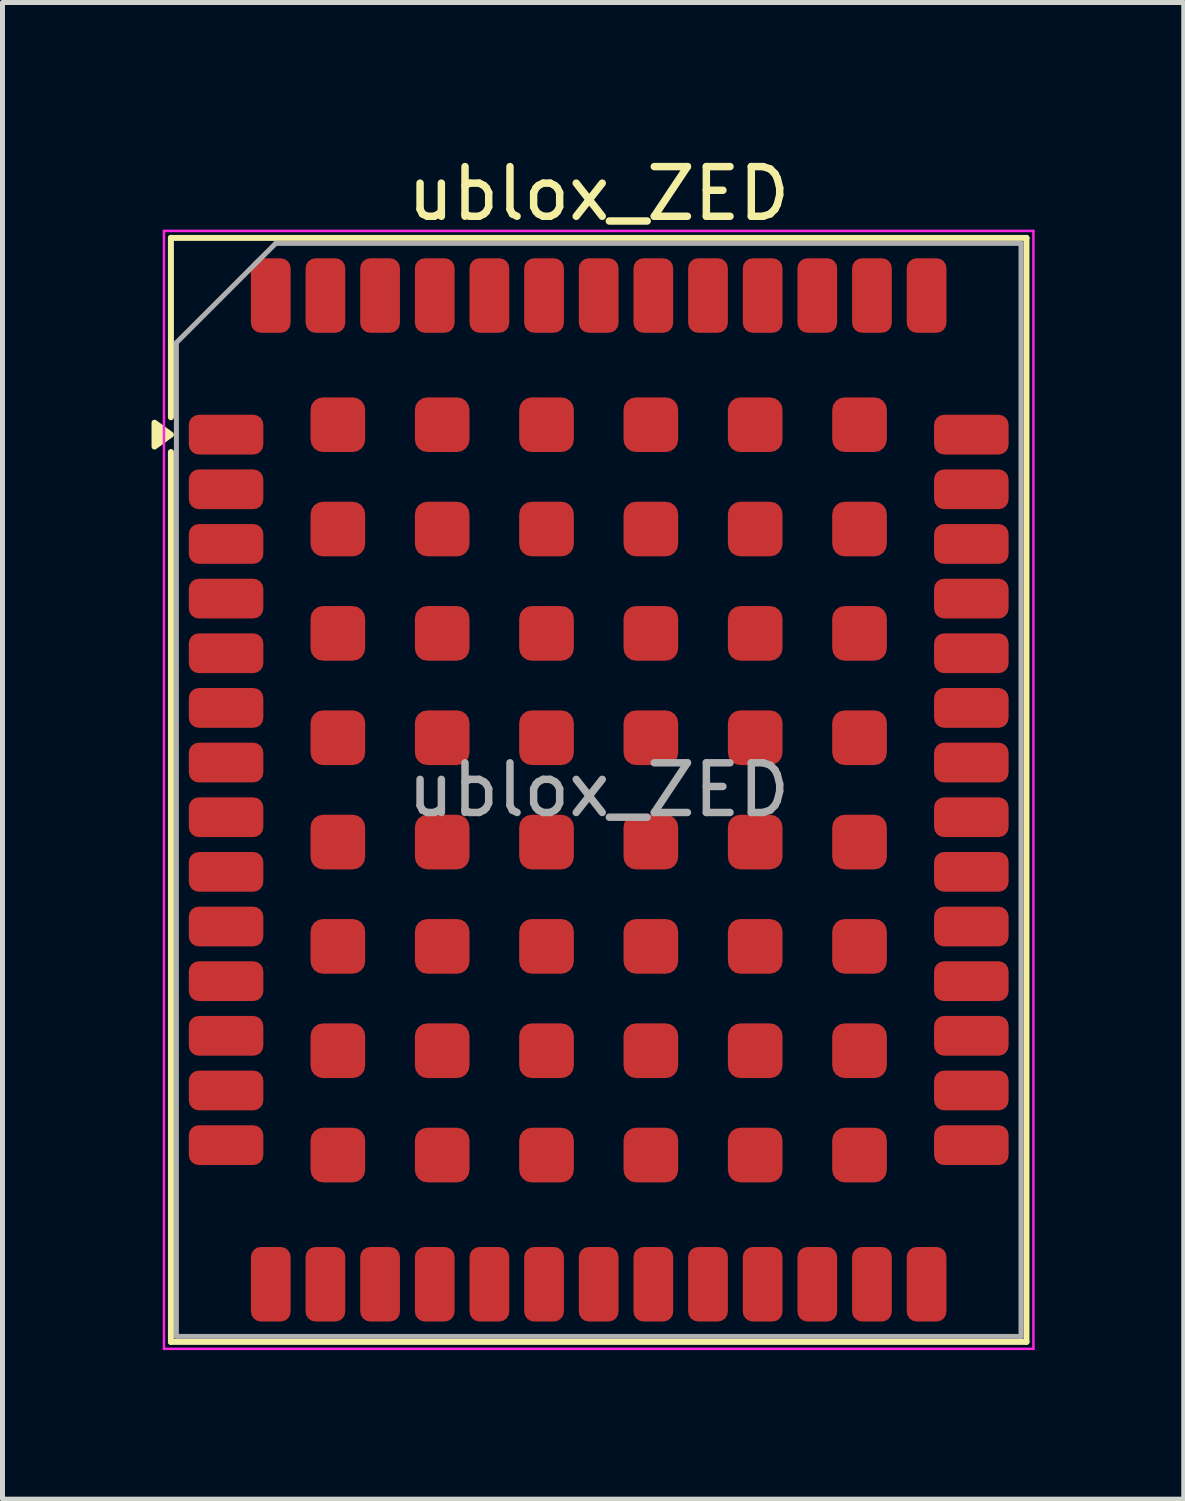
<source format=kicad_pcb>
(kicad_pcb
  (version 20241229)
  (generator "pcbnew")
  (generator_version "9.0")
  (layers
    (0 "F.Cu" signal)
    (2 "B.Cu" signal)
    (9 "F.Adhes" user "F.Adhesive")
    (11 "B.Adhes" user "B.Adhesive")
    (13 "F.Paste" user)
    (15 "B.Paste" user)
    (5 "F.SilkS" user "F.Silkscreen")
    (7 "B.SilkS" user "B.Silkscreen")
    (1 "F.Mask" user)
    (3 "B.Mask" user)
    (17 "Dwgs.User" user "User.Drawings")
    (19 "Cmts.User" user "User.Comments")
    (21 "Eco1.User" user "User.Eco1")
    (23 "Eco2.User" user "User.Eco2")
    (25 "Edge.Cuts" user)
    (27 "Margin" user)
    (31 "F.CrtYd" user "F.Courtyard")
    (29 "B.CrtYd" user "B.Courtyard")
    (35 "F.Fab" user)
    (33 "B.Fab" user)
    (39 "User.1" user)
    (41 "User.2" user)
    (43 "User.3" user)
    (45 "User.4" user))
  (footprint "ublox_ZED"
    (layer "F.Cu")
    (at 9 12.848)
    (property "Reference" "ublox_ZED" (at 0 -12 0) (layer "F.SilkS") (effects (font (size 1 1) (thickness 0.15))))
    (attr smd)
    (fp_line (start -8.61 -11.11) (end 8.61 -11.11) (stroke (width 0.12) (type solid)) (layer "F.SilkS"))
    (fp_line (start -8.61 -7.5) (end -8.61 -11.11) (stroke (width 0.12) (type default)) (layer "F.SilkS"))
    (fp_line (start -8.61 -6.8) (end -8.61 11.11) (stroke (width 0.12) (type solid)) (layer "F.SilkS"))
    (fp_line (start -8.61 11.11) (end 8.61 11.11) (stroke (width 0.12) (type solid)) (layer "F.SilkS"))
    (fp_line (start 8.61 -11.11) (end 8.61 11.11) (stroke (width 0.12) (type solid)) (layer "F.SilkS"))
    (fp_poly (pts (xy -8.61 -7.15) (xy -8.94 -6.91) (xy -8.94 -7.39) (xy -8.61 -7.15)) (stroke (width 0.12) (type solid)) (fill yes) (layer "F.SilkS"))
    (fp_line (start -8.75 -11.25) (end -8.75 11.25) (stroke (width 0.05) (type solid)) (layer "F.CrtYd"))
    (fp_line (start -8.75 -11.25) (end 8.75 -11.25) (stroke (width 0.05) (type solid)) (layer "F.CrtYd"))
    (fp_line (start -8.75 11.25) (end 8.75 11.25) (stroke (width 0.05) (type solid)) (layer "F.CrtYd"))
    (fp_line (start 8.75 -11.25) (end 8.75 11.25) (stroke (width 0.05) (type solid)) (layer "F.CrtYd"))
    (fp_line (start -8.5 -9) (end -8.5 11) (stroke (width 0.1) (type solid)) (layer "F.Fab"))
    (fp_line (start -8.5 -9) (end -6.5 -11) (stroke (width 0.1) (type solid)) (layer "F.Fab"))
    (fp_line (start -8.5 11) (end 8.5 11) (stroke (width 0.1) (type solid)) (layer "F.Fab"))
    (fp_line (start -6.5 -11) (end 8.5 -11) (stroke (width 0.1) (type solid)) (layer "F.Fab"))
    (fp_line (start 8.5 -11) (end 8.5 11) (stroke (width 0.1) (type solid)) (layer "F.Fab"))
    (fp_text user "${REFERENCE}" (at 0 0 0) (layer "F.Fab") (effects (font (size 1 1) (thickness 0.15))))
    (pad "1" smd roundrect (at -7.5 -7.15) (size 1.5 0.8) (layers "F.Cu" "F.Mask" "F.Paste") (roundrect_rratio 0.25))
    (pad "2" smd roundrect (at -7.5 -6.05) (size 1.5 0.8) (layers "F.Cu" "F.Mask" "F.Paste") (roundrect_rratio 0.25))
    (pad "3" smd roundrect (at -7.5 -4.95) (size 1.5 0.8) (layers "F.Cu" "F.Mask" "F.Paste") (roundrect_rratio 0.25))
    (pad "4" smd roundrect (at -7.5 -3.85) (size 1.5 0.8) (layers "F.Cu" "F.Mask" "F.Paste") (roundrect_rratio 0.25))
    (pad "5" smd roundrect (at -7.5 -2.75) (size 1.5 0.8) (layers "F.Cu" "F.Mask" "F.Paste") (roundrect_rratio 0.25))
    (pad "6" smd roundrect (at -7.5 -1.65) (size 1.5 0.8) (layers "F.Cu" "F.Mask" "F.Paste") (roundrect_rratio 0.25))
    (pad "7" smd roundrect (at -7.5 -0.55) (size 1.5 0.8) (layers "F.Cu" "F.Mask" "F.Paste") (roundrect_rratio 0.25))
    (pad "8" smd roundrect (at -7.5 0.55) (size 1.5 0.8) (layers "F.Cu" "F.Mask" "F.Paste") (roundrect_rratio 0.25))
    (pad "9" smd roundrect (at -7.5 1.65) (size 1.5 0.8) (layers "F.Cu" "F.Mask" "F.Paste") (roundrect_rratio 0.25))
    (pad "10" smd roundrect (at -7.5 2.75) (size 1.5 0.8) (layers "F.Cu" "F.Mask" "F.Paste") (roundrect_rratio 0.25))
    (pad "11" smd roundrect (at -7.5 3.85) (size 1.5 0.8) (layers "F.Cu" "F.Mask" "F.Paste") (roundrect_rratio 0.25))
    (pad "12" smd roundrect (at -7.5 4.95) (size 1.5 0.8) (layers "F.Cu" "F.Mask" "F.Paste") (roundrect_rratio 0.25))
    (pad "13" smd roundrect (at -7.5 6.05) (size 1.5 0.8) (layers "F.Cu" "F.Mask" "F.Paste") (roundrect_rratio 0.25))
    (pad "14" smd roundrect (at -7.5 7.15) (size 1.5 0.8) (layers "F.Cu" "F.Mask" "F.Paste") (roundrect_rratio 0.25))
    (pad "15" smd roundrect (at -6.6 9.95 90) (size 1.5 0.8) (layers "F.Cu" "F.Mask" "F.Paste") (roundrect_rratio 0.25))
    (pad "16" smd roundrect (at -5.5 9.95 90) (size 1.5 0.8) (layers "F.Cu" "F.Mask" "F.Paste") (roundrect_rratio 0.25))
    (pad "17" smd roundrect (at -4.4 9.95 90) (size 1.5 0.8) (layers "F.Cu" "F.Mask" "F.Paste") (roundrect_rratio 0.25))
    (pad "18" smd roundrect (at -3.3 9.95 90) (size 1.5 0.8) (layers "F.Cu" "F.Mask" "F.Paste") (roundrect_rratio 0.25))
    (pad "19" smd roundrect (at -2.2 9.95 90) (size 1.5 0.8) (layers "F.Cu" "F.Mask" "F.Paste") (roundrect_rratio 0.25))
    (pad "20" smd roundrect (at -1.1 9.95 90) (size 1.5 0.8) (layers "F.Cu" "F.Mask" "F.Paste") (roundrect_rratio 0.25))
    (pad "21" smd roundrect (at 0 9.95 90) (size 1.5 0.8) (layers "F.Cu" "F.Mask" "F.Paste") (roundrect_rratio 0.25))
    (pad "22" smd roundrect (at 1.1 9.95 90) (size 1.5 0.8) (layers "F.Cu" "F.Mask" "F.Paste") (roundrect_rratio 0.25))
    (pad "23" smd roundrect (at 2.2 9.95 90) (size 1.5 0.8) (layers "F.Cu" "F.Mask" "F.Paste") (roundrect_rratio 0.25))
    (pad "24" smd roundrect (at 3.3 9.95 90) (size 1.5 0.8) (layers "F.Cu" "F.Mask" "F.Paste") (roundrect_rratio 0.25))
    (pad "25" smd roundrect (at 4.4 9.95 90) (size 1.5 0.8) (layers "F.Cu" "F.Mask" "F.Paste") (roundrect_rratio 0.25))
    (pad "26" smd roundrect (at 5.5 9.95 90) (size 1.5 0.8) (layers "F.Cu" "F.Mask" "F.Paste") (roundrect_rratio 0.25))
    (pad "27" smd roundrect (at 6.6 9.95 90) (size 1.5 0.8) (layers "F.Cu" "F.Mask" "F.Paste") (roundrect_rratio 0.25))
    (pad "28" smd roundrect (at 7.5 7.15) (size 1.5 0.8) (layers "F.Cu" "F.Mask" "F.Paste") (roundrect_rratio 0.25))
    (pad "29" smd roundrect (at 7.5 6.05) (size 1.5 0.8) (layers "F.Cu" "F.Mask" "F.Paste") (roundrect_rratio 0.25))
    (pad "30" smd roundrect (at 7.5 4.95) (size 1.5 0.8) (layers "F.Cu" "F.Mask" "F.Paste") (roundrect_rratio 0.25))
    (pad "31" smd roundrect (at 7.5 3.85) (size 1.5 0.8) (layers "F.Cu" "F.Mask" "F.Paste") (roundrect_rratio 0.25))
    (pad "32" smd roundrect (at 7.5 2.75) (size 1.5 0.8) (layers "F.Cu" "F.Mask" "F.Paste") (roundrect_rratio 0.25))
    (pad "33" smd roundrect (at 7.5 1.65) (size 1.5 0.8) (layers "F.Cu" "F.Mask" "F.Paste") (roundrect_rratio 0.25))
    (pad "34" smd roundrect (at 7.5 0.55) (size 1.5 0.8) (layers "F.Cu" "F.Mask" "F.Paste") (roundrect_rratio 0.25))
    (pad "35" smd roundrect (at 7.5 -0.55) (size 1.5 0.8) (layers "F.Cu" "F.Mask" "F.Paste") (roundrect_rratio 0.25))
    (pad "36" smd roundrect (at 7.5 -1.65) (size 1.5 0.8) (layers "F.Cu" "F.Mask" "F.Paste") (roundrect_rratio 0.25))
    (pad "37" smd roundrect (at 7.5 -2.75) (size 1.5 0.8) (layers "F.Cu" "F.Mask" "F.Paste") (roundrect_rratio 0.25))
    (pad "38" smd roundrect (at 7.5 -3.85) (size 1.5 0.8) (layers "F.Cu" "F.Mask" "F.Paste") (roundrect_rratio 0.25))
    (pad "39" smd roundrect (at 7.5 -4.95) (size 1.5 0.8) (layers "F.Cu" "F.Mask" "F.Paste") (roundrect_rratio 0.25))
    (pad "40" smd roundrect (at 7.5 -6.05) (size 1.5 0.8) (layers "F.Cu" "F.Mask" "F.Paste") (roundrect_rratio 0.25))
    (pad "41" smd roundrect (at 7.5 -7.15) (size 1.5 0.8) (layers "F.Cu" "F.Mask" "F.Paste") (roundrect_rratio 0.25))
    (pad "42" smd roundrect (at 6.6 -9.95 90) (size 1.5 0.8) (layers "F.Cu" "F.Mask" "F.Paste") (roundrect_rratio 0.25))
    (pad "43" smd roundrect (at 5.5 -9.95 90) (size 1.5 0.8) (layers "F.Cu" "F.Mask" "F.Paste") (roundrect_rratio 0.25))
    (pad "44" smd roundrect (at 4.4 -9.95 90) (size 1.5 0.8) (layers "F.Cu" "F.Mask" "F.Paste") (roundrect_rratio 0.25))
    (pad "45" smd roundrect (at 3.3 -9.95 90) (size 1.5 0.8) (layers "F.Cu" "F.Mask" "F.Paste") (roundrect_rratio 0.25))
    (pad "46" smd roundrect (at 2.2 -9.95 90) (size 1.5 0.8) (layers "F.Cu" "F.Mask" "F.Paste") (roundrect_rratio 0.25))
    (pad "47" smd roundrect (at 1.1 -9.95 90) (size 1.5 0.8) (layers "F.Cu" "F.Mask" "F.Paste") (roundrect_rratio 0.25))
    (pad "48" smd roundrect (at 0 -9.95 90) (size 1.5 0.8) (layers "F.Cu" "F.Mask" "F.Paste") (roundrect_rratio 0.25))
    (pad "49" smd roundrect (at -1.1 -9.95 90) (size 1.5 0.8) (layers "F.Cu" "F.Mask" "F.Paste") (roundrect_rratio 0.25))
    (pad "50" smd roundrect (at -2.2 -9.95 90) (size 1.5 0.8) (layers "F.Cu" "F.Mask" "F.Paste") (roundrect_rratio 0.25))
    (pad "51" smd roundrect (at -3.3 -9.95 90) (size 1.5 0.8) (layers "F.Cu" "F.Mask" "F.Paste") (roundrect_rratio 0.25))
    (pad "52" smd roundrect (at -4.4 -9.95 90) (size 1.5 0.8) (layers "F.Cu" "F.Mask" "F.Paste") (roundrect_rratio 0.25))
    (pad "53" smd roundrect (at -5.5 -9.95 90) (size 1.5 0.8) (layers "F.Cu" "F.Mask" "F.Paste") (roundrect_rratio 0.25))
    (pad "54" smd roundrect (at -6.6 -9.95 90) (size 1.5 0.8) (layers "F.Cu" "F.Mask" "F.Paste") (roundrect_rratio 0.25))
    (pad "55" smd roundrect (at -5.25 -7.35) (size 1.1 1.1) (layers "F.Cu" "F.Mask" "F.Paste") (roundrect_rratio 0.227))
    (pad "55" smd roundrect (at -5.25 -5.25) (size 1.1 1.1) (layers "F.Cu" "F.Mask" "F.Paste") (roundrect_rratio 0.227))
    (pad "55" smd roundrect (at -5.25 -3.15) (size 1.1 1.1) (layers "F.Cu" "F.Mask" "F.Paste") (roundrect_rratio 0.227))
    (pad "55" smd roundrect (at -5.25 -1.05) (size 1.1 1.1) (layers "F.Cu" "F.Mask" "F.Paste") (roundrect_rratio 0.227))
    (pad "55" smd roundrect (at -5.25 1.05) (size 1.1 1.1) (layers "F.Cu" "F.Mask" "F.Paste") (roundrect_rratio 0.227))
    (pad "55" smd roundrect (at -5.25 3.15) (size 1.1 1.1) (layers "F.Cu" "F.Mask" "F.Paste") (roundrect_rratio 0.227))
    (pad "55" smd roundrect (at -5.25 5.25) (size 1.1 1.1) (layers "F.Cu" "F.Mask" "F.Paste") (roundrect_rratio 0.227))
    (pad "55" smd roundrect (at -5.25 7.35) (size 1.1 1.1) (layers "F.Cu" "F.Mask" "F.Paste") (roundrect_rratio 0.227))
    (pad "55" smd roundrect (at -3.15 -7.35) (size 1.1 1.1) (layers "F.Cu" "F.Mask" "F.Paste") (roundrect_rratio 0.227))
    (pad "55" smd roundrect (at -3.15 -5.25) (size 1.1 1.1) (layers "F.Cu" "F.Mask" "F.Paste") (roundrect_rratio 0.227))
    (pad "55" smd roundrect (at -3.15 -3.15) (size 1.1 1.1) (layers "F.Cu" "F.Mask" "F.Paste") (roundrect_rratio 0.227))
    (pad "55" smd roundrect (at -3.15 -1.05) (size 1.1 1.1) (layers "F.Cu" "F.Mask" "F.Paste") (roundrect_rratio 0.227))
    (pad "55" smd roundrect (at -3.15 1.05) (size 1.1 1.1) (layers "F.Cu" "F.Mask" "F.Paste") (roundrect_rratio 0.227))
    (pad "55" smd roundrect (at -3.15 3.15) (size 1.1 1.1) (layers "F.Cu" "F.Mask" "F.Paste") (roundrect_rratio 0.227))
    (pad "55" smd roundrect (at -3.15 5.25) (size 1.1 1.1) (layers "F.Cu" "F.Mask" "F.Paste") (roundrect_rratio 0.227))
    (pad "55" smd roundrect (at -3.15 7.35) (size 1.1 1.1) (layers "F.Cu" "F.Mask" "F.Paste") (roundrect_rratio 0.227))
    (pad "55" smd roundrect (at -1.05 -7.35) (size 1.1 1.1) (layers "F.Cu" "F.Mask" "F.Paste") (roundrect_rratio 0.227))
    (pad "55" smd roundrect (at -1.05 -5.25) (size 1.1 1.1) (layers "F.Cu" "F.Mask" "F.Paste") (roundrect_rratio 0.227))
    (pad "55" smd roundrect (at -1.05 -3.15) (size 1.1 1.1) (layers "F.Cu" "F.Mask" "F.Paste") (roundrect_rratio 0.227))
    (pad "55" smd roundrect (at -1.05 -1.05) (size 1.1 1.1) (layers "F.Cu" "F.Mask" "F.Paste") (roundrect_rratio 0.227))
    (pad "55" smd roundrect (at -1.05 1.05) (size 1.1 1.1) (layers "F.Cu" "F.Mask" "F.Paste") (roundrect_rratio 0.227))
    (pad "55" smd roundrect (at -1.05 3.15) (size 1.1 1.1) (layers "F.Cu" "F.Mask" "F.Paste") (roundrect_rratio 0.227))
    (pad "55" smd roundrect (at -1.05 5.25) (size 1.1 1.1) (layers "F.Cu" "F.Mask" "F.Paste") (roundrect_rratio 0.227))
    (pad "55" smd roundrect (at -1.05 7.35) (size 1.1 1.1) (layers "F.Cu" "F.Mask" "F.Paste") (roundrect_rratio 0.227))
    (pad "55" smd roundrect (at 1.05 -7.35) (size 1.1 1.1) (layers "F.Cu" "F.Mask" "F.Paste") (roundrect_rratio 0.227))
    (pad "55" smd roundrect (at 1.05 -5.25) (size 1.1 1.1) (layers "F.Cu" "F.Mask" "F.Paste") (roundrect_rratio 0.227))
    (pad "55" smd roundrect (at 1.05 -3.15) (size 1.1 1.1) (layers "F.Cu" "F.Mask" "F.Paste") (roundrect_rratio 0.227))
    (pad "55" smd roundrect (at 1.05 -1.05) (size 1.1 1.1) (layers "F.Cu" "F.Mask" "F.Paste") (roundrect_rratio 0.227))
    (pad "55" smd roundrect (at 1.05 1.05) (size 1.1 1.1) (layers "F.Cu" "F.Mask" "F.Paste") (roundrect_rratio 0.227))
    (pad "55" smd roundrect (at 1.05 3.15) (size 1.1 1.1) (layers "F.Cu" "F.Mask" "F.Paste") (roundrect_rratio 0.227))
    (pad "55" smd roundrect (at 1.05 5.25) (size 1.1 1.1) (layers "F.Cu" "F.Mask" "F.Paste") (roundrect_rratio 0.227))
    (pad "55" smd roundrect (at 1.05 7.35) (size 1.1 1.1) (layers "F.Cu" "F.Mask" "F.Paste") (roundrect_rratio 0.227))
    (pad "55" smd roundrect (at 3.15 -7.35) (size 1.1 1.1) (layers "F.Cu" "F.Mask" "F.Paste") (roundrect_rratio 0.227))
    (pad "55" smd roundrect (at 3.15 -5.25) (size 1.1 1.1) (layers "F.Cu" "F.Mask" "F.Paste") (roundrect_rratio 0.227))
    (pad "55" smd roundrect (at 3.15 -3.15) (size 1.1 1.1) (layers "F.Cu" "F.Mask" "F.Paste") (roundrect_rratio 0.227))
    (pad "55" smd roundrect (at 3.15 -1.05) (size 1.1 1.1) (layers "F.Cu" "F.Mask" "F.Paste") (roundrect_rratio 0.227))
    (pad "55" smd roundrect (at 3.15 1.05) (size 1.1 1.1) (layers "F.Cu" "F.Mask" "F.Paste") (roundrect_rratio 0.227))
    (pad "55" smd roundrect (at 3.15 3.15) (size 1.1 1.1) (layers "F.Cu" "F.Mask" "F.Paste") (roundrect_rratio 0.227))
    (pad "55" smd roundrect (at 3.15 5.25) (size 1.1 1.1) (layers "F.Cu" "F.Mask" "F.Paste") (roundrect_rratio 0.227))
    (pad "55" smd roundrect (at 3.15 7.35) (size 1.1 1.1) (layers "F.Cu" "F.Mask" "F.Paste") (roundrect_rratio 0.227))
    (pad "55" smd roundrect (at 5.25 -7.35) (size 1.1 1.1) (layers "F.Cu" "F.Mask" "F.Paste") (roundrect_rratio 0.227))
    (pad "55" smd roundrect (at 5.25 -5.25) (size 1.1 1.1) (layers "F.Cu" "F.Mask" "F.Paste") (roundrect_rratio 0.227))
    (pad "55" smd roundrect (at 5.25 -3.15) (size 1.1 1.1) (layers "F.Cu" "F.Mask" "F.Paste") (roundrect_rratio 0.227))
    (pad "55" smd roundrect (at 5.25 -1.05) (size 1.1 1.1) (layers "F.Cu" "F.Mask" "F.Paste") (roundrect_rratio 0.227))
    (pad "55" smd roundrect (at 5.25 1.05) (size 1.1 1.1) (layers "F.Cu" "F.Mask" "F.Paste") (roundrect_rratio 0.227))
    (pad "55" smd roundrect (at 5.25 3.15) (size 1.1 1.1) (layers "F.Cu" "F.Mask" "F.Paste") (roundrect_rratio 0.227))
    (pad "55" smd roundrect (at 5.25 5.25) (size 1.1 1.1) (layers "F.Cu" "F.Mask" "F.Paste") (roundrect_rratio 0.227))
    (pad "55" smd roundrect (at 5.25 7.35) (size 1.1 1.1) (layers "F.Cu" "F.Mask" "F.Paste") (roundrect_rratio 0.227)))
  (gr_rect
    (start -3 -3)
    (end 20.775 27.123)
    (stroke (width 0.1) (type default))
    (fill no)
    (layer "Edge.Cuts")))
</source>
